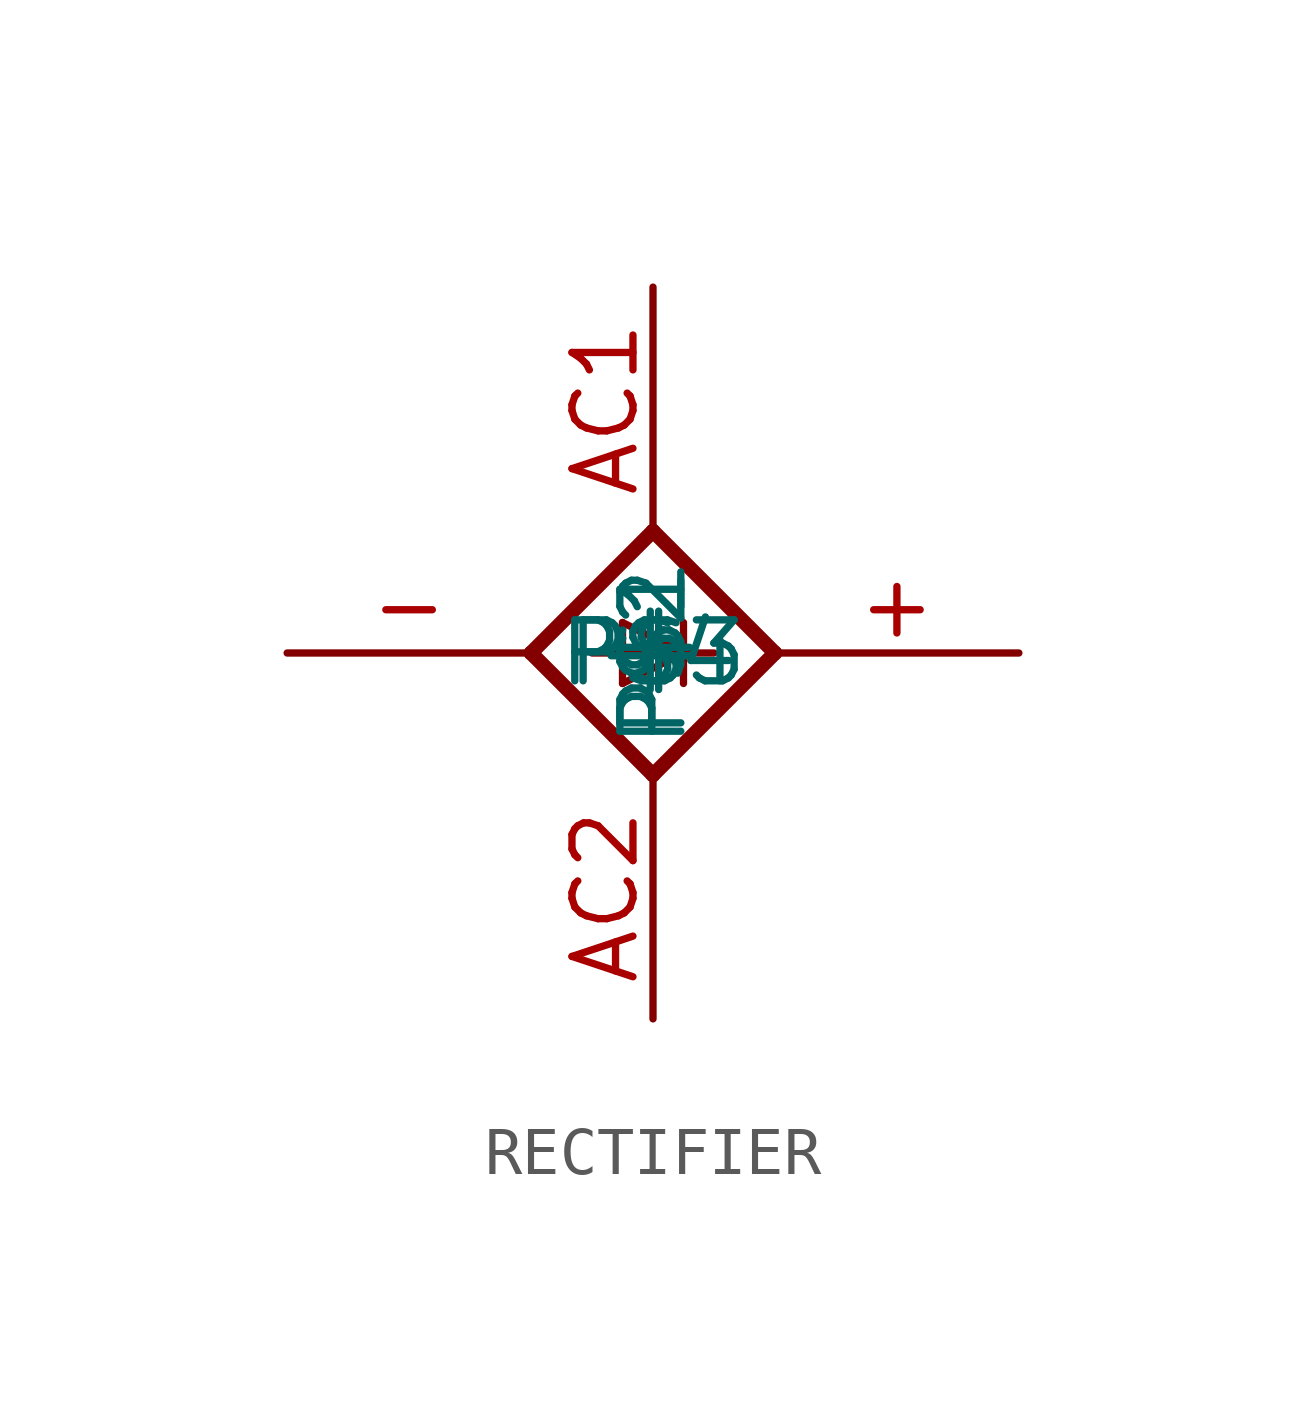
<source format=kicad_sym>
(kicad_symbol_lib
  (version 20220914)
  (generator kicad_symbol_editor)
  (symbol "RECTIFIER"
    (property "Reference" ""
      (at 2.54 2.54 0)
      (effects (font (size 1.778 1.511)) (justify left bottom) hide))
    (property "Value" ""
      (at 2.54 -3.81 0)
      (effects (font (size 1.778 1.511)) (justify left bottom)))
    (property "ki_locked" ""
      (at 0 0 0)
      (effects (font (size 1.27 1.27))))
    (symbol "RECTIFIER_1_0"
      (polyline (pts (xy -2.54 0) (xy 0 -2.54)) (stroke (width 0.305) (type solid)) (fill (type none)))
      (polyline (pts (xy -1.27 0) (xy 0.635 0)) (stroke (width 0.152) (type solid)) (fill (type none)))
      (polyline (pts (xy -0.635 0.635) (xy -0.635 -0.635)) (stroke (width 0.152) (type solid)) (fill (type none)))
      (polyline (pts (xy -0.635 0.635) (xy 0.635 0)) (stroke (width 0.152) (type solid)) (fill (type none)))
      (polyline (pts (xy 0 -2.54) (xy 2.54 0)) (stroke (width 0.305) (type solid)) (fill (type none)))
      (polyline (pts (xy 0 2.54) (xy -2.54 0)) (stroke (width 0.305) (type solid)) (fill (type none)))
      (polyline (pts (xy 0.635 0) (xy -0.635 -0.635)) (stroke (width 0.152) (type solid)) (fill (type none)))
      (polyline (pts (xy 0.635 0) (xy 1.27 0)) (stroke (width 0.152) (type solid)) (fill (type none)))
      (polyline (pts (xy 0.635 0.635) (xy 0.635 -0.635)) (stroke (width 0.152) (type solid)) (fill (type none)))
      (polyline (pts (xy 2.54 0) (xy 0 2.54)) (stroke (width 0.305) (type solid)) (fill (type none)))
      (pin bidirectional line (at 7.62 0 180) (length 5.08) (name "P$3" (effects (font (size 1.27 1.27)))) (number "+" (effects (font (size 1.27 1.27)))))
      (pin bidirectional line (at -7.62 0 0) (length 5.08) (name "P$4" (effects (font (size 1.27 1.27)))) (number "-" (effects (font (size 1.27 1.27)))))
      (pin bidirectional line (at 0 7.62 270) (length 5.08) (name "P$1" (effects (font (size 1.27 1.27)))) (number "AC1" (effects (font (size 1.27 1.27)))))
      (pin bidirectional line (at 0 -7.62 90) (length 5.08) (name "P$2" (effects (font (size 1.27 1.27)))) (number "AC2" (effects (font (size 1.27 1.27))))))))
</source>
